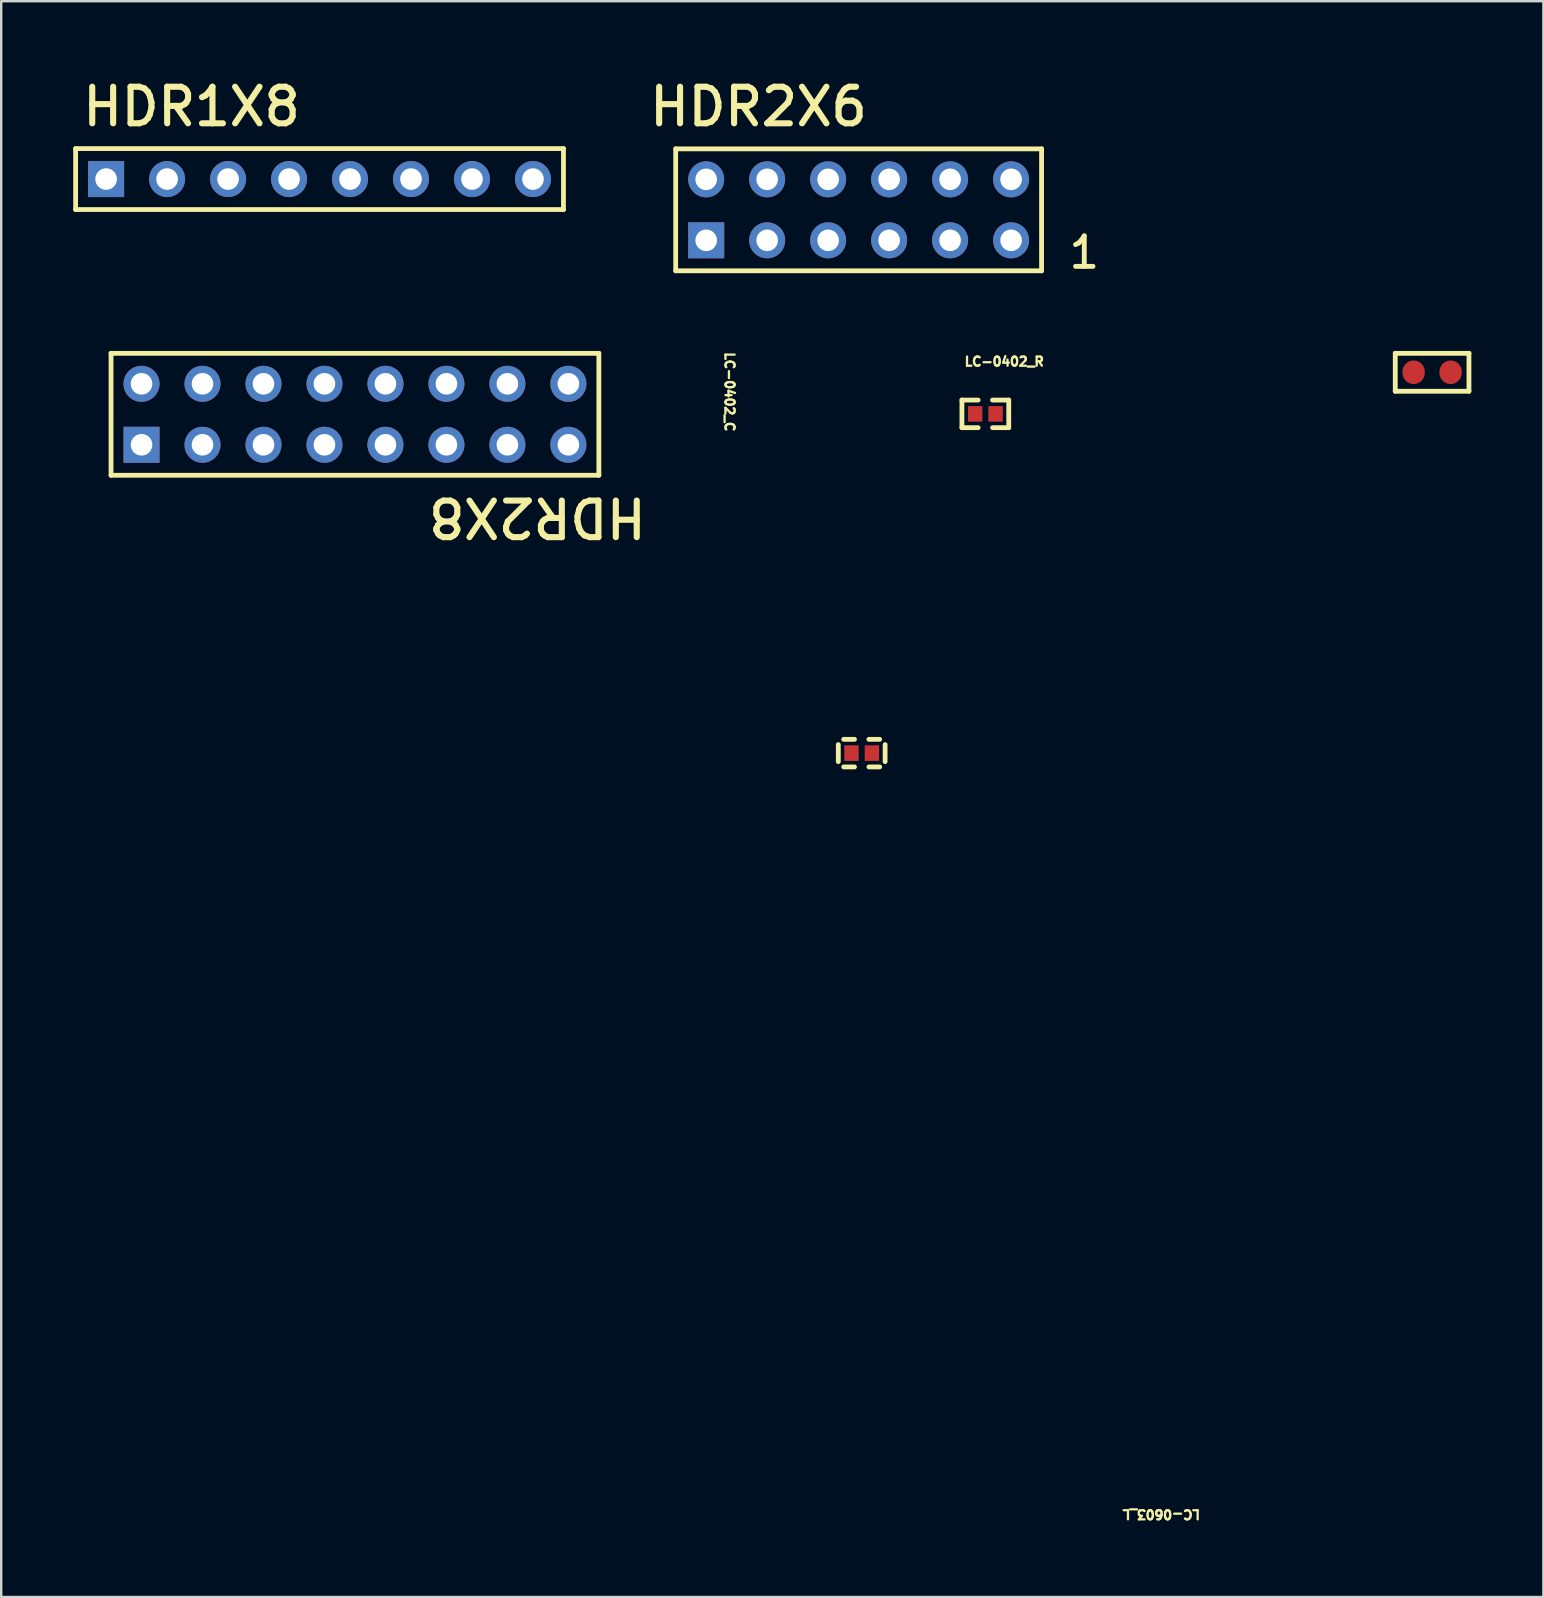
<source format=kicad_pcb>
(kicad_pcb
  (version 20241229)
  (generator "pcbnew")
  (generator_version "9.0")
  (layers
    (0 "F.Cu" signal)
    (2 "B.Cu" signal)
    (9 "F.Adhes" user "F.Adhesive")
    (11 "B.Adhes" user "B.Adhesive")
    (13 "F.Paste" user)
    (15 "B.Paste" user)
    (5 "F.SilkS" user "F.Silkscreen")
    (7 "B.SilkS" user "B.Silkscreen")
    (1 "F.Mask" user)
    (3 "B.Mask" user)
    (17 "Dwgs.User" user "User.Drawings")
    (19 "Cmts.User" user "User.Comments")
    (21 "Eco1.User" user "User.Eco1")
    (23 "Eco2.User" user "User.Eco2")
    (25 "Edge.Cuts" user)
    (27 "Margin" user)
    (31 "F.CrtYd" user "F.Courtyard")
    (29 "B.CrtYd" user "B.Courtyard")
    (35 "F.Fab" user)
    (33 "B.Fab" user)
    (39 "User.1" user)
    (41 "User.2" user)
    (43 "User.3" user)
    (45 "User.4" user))
  (footprint "LC-0402_R"
    (layer "F.Cu")
    (at 37.993 14.189)
    (property "Reference" "LC-0402_R" (at -0.917 -1.955 0) (unlocked yes) (layer "F.SilkS") (effects (font (size 0.381 0.381) (thickness 0.254)) (justify left bottom)))
    (fp_line (start -0.975 -0.575) (end -0.3 -0.575) (stroke (width 0.2) (type solid)) (layer "F.SilkS"))
    (fp_line (start -0.975 0.575) (end -0.975 -0.575) (stroke (width 0.2) (type solid)) (layer "F.SilkS"))
    (fp_line (start -0.975 0.575) (end -0.3 0.575) (stroke (width 0.2) (type solid)) (layer "F.SilkS"))
    (fp_line (start 0.3 -0.575) (end 0.975 -0.575) (stroke (width 0.2) (type solid)) (layer "F.SilkS"))
    (fp_line (start 0.3 0.575) (end 0.975 0.575) (stroke (width 0.2) (type solid)) (layer "F.SilkS"))
    (fp_line (start 0.975 0.575) (end 0.975 -0.575) (stroke (width 0.2) (type solid)) (layer "F.SilkS"))
    (pad "1" smd rect (at -0.425 0) (size 0.6 0.65) (layers "F.Cu" "F.Mask" "F.Paste"))
    (pad "2" smd rect (at 0.425 -0.000003) (size 0.6 0.65) (layers "F.Cu" "F.Mask" "F.Paste")))
  (footprint "HDR1X8"
    (layer "F.Cu")
    (at 1.37 4.409)
    (property "Reference" "HDR1X8" (at -1.108 -2.123 0) (unlocked yes) (layer "F.SilkS") (effects (font (size 1.524 1.524) (thickness 0.254)) (justify left bottom)))
    (fp_line (start -1.27 -1.27) (end 19.05 -1.27) (stroke (width 0.2) (type solid)) (layer "F.SilkS"))
    (fp_line (start -1.27 1.27) (end -1.27 -1.27) (stroke (width 0.2) (type solid)) (layer "F.SilkS"))
    (fp_line (start -1.27 1.27) (end 19.05 1.27) (stroke (width 0.2) (type solid)) (layer "F.SilkS"))
    (fp_line (start 19.05 1.27) (end 19.05 -1.27) (stroke (width 0.2) (type solid)) (layer "F.SilkS"))
    (pad "1" thru_hole rect (at 0 0) (size 1.5 1.5) (drill 0.9) (layers "*.Cu" "*.Mask"))
    (pad "2" thru_hole circle (at 2.54 0) (size 1.5 1.5) (drill 0.9) (layers "*.Cu" "*.Mask"))
    (pad "3" thru_hole circle (at 5.08 0) (size 1.5 1.5) (drill 0.9) (layers "*.Cu" "*.Mask"))
    (pad "4" thru_hole circle (at 7.62 0) (size 1.5 1.5) (drill 0.9) (layers "*.Cu" "*.Mask"))
    (pad "5" thru_hole circle (at 10.16 0) (size 1.5 1.5) (drill 0.9) (layers "*.Cu" "*.Mask"))
    (pad "6" thru_hole circle (at 12.7 0) (size 1.5 1.5) (drill 0.9) (layers "*.Cu" "*.Mask"))
    (pad "7" thru_hole circle (at 15.24 0) (size 1.5 1.5) (drill 0.9) (layers "*.Cu" "*.Mask"))
    (pad "8" thru_hole circle (at 17.78 0) (size 1.5 1.5) (drill 0.9) (layers "*.Cu" "*.Mask")))
  (footprint "HDR2X6"
    (layer "F.Cu")
    (at 26.365 6.96)
    (property "Reference" "HDR2X6" (at -2.489 -4.674 0) (unlocked yes) (layer "F.SilkS") (effects (font (size 1.524 1.524) (thickness 0.254)) (justify left bottom)))
    (fp_line (start -1.27 -3.81) (end 13.97 -3.81) (stroke (width 0.2) (type solid)) (layer "F.SilkS"))
    (fp_line (start -1.27 1.27) (end -1.27 -3.81) (stroke (width 0.2) (type solid)) (layer "F.SilkS"))
    (fp_line (start -1.27 1.27) (end 13.97 1.27) (stroke (width 0.2) (type solid)) (layer "F.SilkS"))
    (fp_line (start 13.97 1.27) (end 13.97 -3.81) (stroke (width 0.2) (type solid)) (layer "F.SilkS"))
    (fp_text user "" (at 14.732 0.508 0) (unlocked yes) (layer "F.SilkS") (effects (font (size 1.27 1.27) (thickness 0.203))))
    (fp_text user "1" (at 15.748 0.508 0) (unlocked yes) (layer "F.SilkS") (effects (font (size 1.27 1.27) (thickness 0.203))))
    (fp_text user "" (at -2.54 0.508 0) (unlocked yes) (layer "F.SilkS") (effects (font (size 1.27 1.27) (thickness 0.203))))
    (fp_text user "" (at -2.54 -2.032 0) (unlocked yes) (layer "F.SilkS") (effects (font (size 1.27 1.27) (thickness 0.203))))
    (fp_text user "" (at 14.732 -2.032 0) (unlocked yes) (layer "F.SilkS") (effects (font (size 1.27 1.27) (thickness 0.203))))
    (pad "1" thru_hole rect (at 0 0) (size 1.5 1.5) (drill 0.9) (layers "*.Cu" "*.Mask"))
    (pad "2" thru_hole circle (at 0 -2.54) (size 1.5 1.5) (drill 0.9) (layers "*.Cu" "*.Mask"))
    (pad "3" thru_hole circle (at 2.54 0) (size 1.5 1.5) (drill 0.9) (layers "*.Cu" "*.Mask"))
    (pad "4" thru_hole circle (at 2.54 -2.54) (size 1.5 1.5) (drill 0.9) (layers "*.Cu" "*.Mask"))
    (pad "5" thru_hole circle (at 5.08 0) (size 1.5 1.5) (drill 0.9) (layers "*.Cu" "*.Mask"))
    (pad "6" thru_hole circle (at 5.08 -2.54) (size 1.5 1.5) (drill 0.9) (layers "*.Cu" "*.Mask"))
    (pad "7" thru_hole circle (at 7.62 0) (size 1.5 1.5) (drill 0.9) (layers "*.Cu" "*.Mask"))
    (pad "8" thru_hole circle (at 7.62 -2.54) (size 1.5 1.5) (drill 0.9) (layers "*.Cu" "*.Mask"))
    (pad "9" thru_hole circle (at 10.16 0) (size 1.5 1.5) (drill 0.9) (layers "*.Cu" "*.Mask"))
    (pad "10" thru_hole circle (at 10.16 -2.54) (size 1.5 1.5) (drill 0.9) (layers "*.Cu" "*.Mask"))
    (pad "11" thru_hole circle (at 12.7 0) (size 1.5 1.5) (drill 0.9) (layers "*.Cu" "*.Mask"))
    (pad "12" thru_hole circle (at 12.7 -2.54) (size 1.5 1.5) (drill 0.9) (layers "*.Cu" "*.Mask")))
  (footprint "LC-0402_C"
    (layer "F.Cu")
    (at 32.843 28.32)
    (property "Reference" "LC-0402_C" (at -5.727 -16.753 270) (unlocked yes) (layer "F.SilkS") (effects (font (size 0.381 0.381) (thickness 0.254)) (justify left bottom)))
    (fp_line (start -0.975 -0.355) (end -0.975 0.355) (stroke (width 0.2) (type solid)) (layer "F.SilkS"))
    (fp_line (start -0.75 0.575) (end -0.3 0.575) (stroke (width 0.2) (type solid)) (layer "F.SilkS"))
    (fp_line (start -0.3 -0.575) (end -0.75 -0.575) (stroke (width 0.2) (type solid)) (layer "F.SilkS"))
    (fp_line (start 0.3 -0.575) (end 0.75 -0.575) (stroke (width 0.2) (type solid)) (layer "F.SilkS"))
    (fp_line (start 0.3 0.575) (end 0.75 0.575) (stroke (width 0.2) (type solid)) (layer "F.SilkS"))
    (fp_line (start 0.975 -0.355) (end 0.975 0.355) (stroke (width 0.2) (type solid)) (layer "F.SilkS"))
    (pad "1" smd rect (at -0.425 -0.000003) (size 0.6 0.65) (layers "F.Cu" "F.Mask" "F.Paste"))
    (pad "2" smd rect (at 0.425 -0.000003) (size 0.6 0.65) (layers "F.Cu" "F.Mask" "F.Paste")))
  (footprint "HDR2X8"
    (layer "F.Cu")
    (at 2.845 15.477)
    (property "Reference" "HDR2X8" (at 21.157 2.123 180) (unlocked yes) (layer "F.SilkS") (effects (font (size 1.524 1.524) (thickness 0.254)) (justify left bottom)))
    (fp_line (start -1.27 -3.81) (end -1.27 1.27) (stroke (width 0.2) (type solid)) (layer "F.SilkS"))
    (fp_line (start 19.05 -3.81) (end -1.27 -3.81) (stroke (width 0.2) (type solid)) (layer "F.SilkS"))
    (fp_line (start 19.05 -3.81) (end 19.05 1.27) (stroke (width 0.2) (type solid)) (layer "F.SilkS"))
    (fp_line (start 19.05 1.27) (end -1.27 1.27) (stroke (width 0.2) (type solid)) (layer "F.SilkS"))
    (fp_text user "" (at 19.304 -2.032 0) (unlocked yes) (layer "F.SilkS") (effects (font (size 1.27 1.27) (thickness 0.203))))
    (fp_text user "" (at -2.54 0.508 0) (unlocked yes) (layer "F.SilkS") (effects (font (size 1.27 1.27) (thickness 0.203))))
    (fp_text user "" (at -2.54 -2.032 0) (unlocked yes) (layer "F.SilkS") (effects (font (size 1.27 1.27) (thickness 0.203))))
    (fp_text user "" (at 19.304 0.508 0) (unlocked yes) (layer "F.SilkS") (effects (font (size 1.27 1.27) (thickness 0.203))))
    (pad "1" thru_hole rect (at 0 0) (size 1.5 1.5) (drill 0.9) (layers "*.Cu" "*.Mask"))
    (pad "2" thru_hole circle (at 0 -2.54) (size 1.5 1.5) (drill 0.9) (layers "*.Cu" "*.Mask"))
    (pad "3" thru_hole circle (at 2.54 0) (size 1.5 1.5) (drill 0.9) (layers "*.Cu" "*.Mask"))
    (pad "4" thru_hole circle (at 2.54 -2.54) (size 1.5 1.5) (drill 0.9) (layers "*.Cu" "*.Mask"))
    (pad "5" thru_hole circle (at 5.08 0) (size 1.5 1.5) (drill 0.9) (layers "*.Cu" "*.Mask"))
    (pad "6" thru_hole circle (at 5.08 -2.54) (size 1.5 1.5) (drill 0.9) (layers "*.Cu" "*.Mask"))
    (pad "7" thru_hole circle (at 7.62 0) (size 1.5 1.5) (drill 0.9) (layers "*.Cu" "*.Mask"))
    (pad "8" thru_hole circle (at 7.62 -2.54) (size 1.5 1.5) (drill 0.9) (layers "*.Cu" "*.Mask"))
    (pad "9" thru_hole circle (at 10.16 0) (size 1.5 1.5) (drill 0.9) (layers "*.Cu" "*.Mask"))
    (pad "10" thru_hole circle (at 10.16 -2.54) (size 1.5 1.5) (drill 0.9) (layers "*.Cu" "*.Mask"))
    (pad "11" thru_hole circle (at 12.7 0) (size 1.5 1.5) (drill 0.9) (layers "*.Cu" "*.Mask"))
    (pad "12" thru_hole circle (at 12.7 -2.54) (size 1.5 1.5) (drill 0.9) (layers "*.Cu" "*.Mask"))
    (pad "13" thru_hole circle (at 15.24 0) (size 1.5 1.5) (drill 0.9) (layers "*.Cu" "*.Mask"))
    (pad "14" thru_hole circle (at 15.24 -2.54) (size 1.5 1.5) (drill 0.9) (layers "*.Cu" "*.Mask"))
    (pad "15" thru_hole circle (at 17.78 0) (size 1.5 1.5) (drill 0.9) (layers "*.Cu" "*.Mask"))
    (pad "16" thru_hole circle (at 17.78 -2.54) (size 1.5 1.5) (drill 0.9) (layers "*.Cu" "*.Mask")))
  (footprint "LC-0603_L"
    (layer "F.Cu")
    (at 56.602 12.457)
    (property "Reference" "LC-0603_L" (at -9.612 47.346 180) (unlocked yes) (layer "F.SilkS") (effects (font (size 0.381 0.381) (thickness 0.254)) (justify left bottom)))
    (fp_line (start -1.535 0.79) (end -1.535 -0.79) (stroke (width 0.2) (type solid)) (layer "F.SilkS"))
    (fp_line (start 1.535 -0.79) (end -1.535 -0.79) (stroke (width 0.2) (type solid)) (layer "F.SilkS"))
    (fp_line (start 1.535 0.79) (end -1.535 0.79) (stroke (width 0.2) (type solid)) (layer "F.SilkS"))
    (fp_line (start 1.535 0.79) (end 1.535 -0.79) (stroke (width 0.2) (type solid)) (layer "F.SilkS"))
    (pad "1" smd oval (at -0.77 0 180) (size 0.93 0.98) (layers "F.Cu" "F.Mask" "F.Paste"))
    (pad "2" smd oval (at 0.77 0 180) (size 0.93 0.98) (layers "F.Cu" "F.Mask" "F.Paste")))
  (gr_rect
    (start -3 -3)
    (end 61.237 63.47)
    (stroke (width 0.1) (type default))
    (fill no)
    (layer "Edge.Cuts")))
</source>
